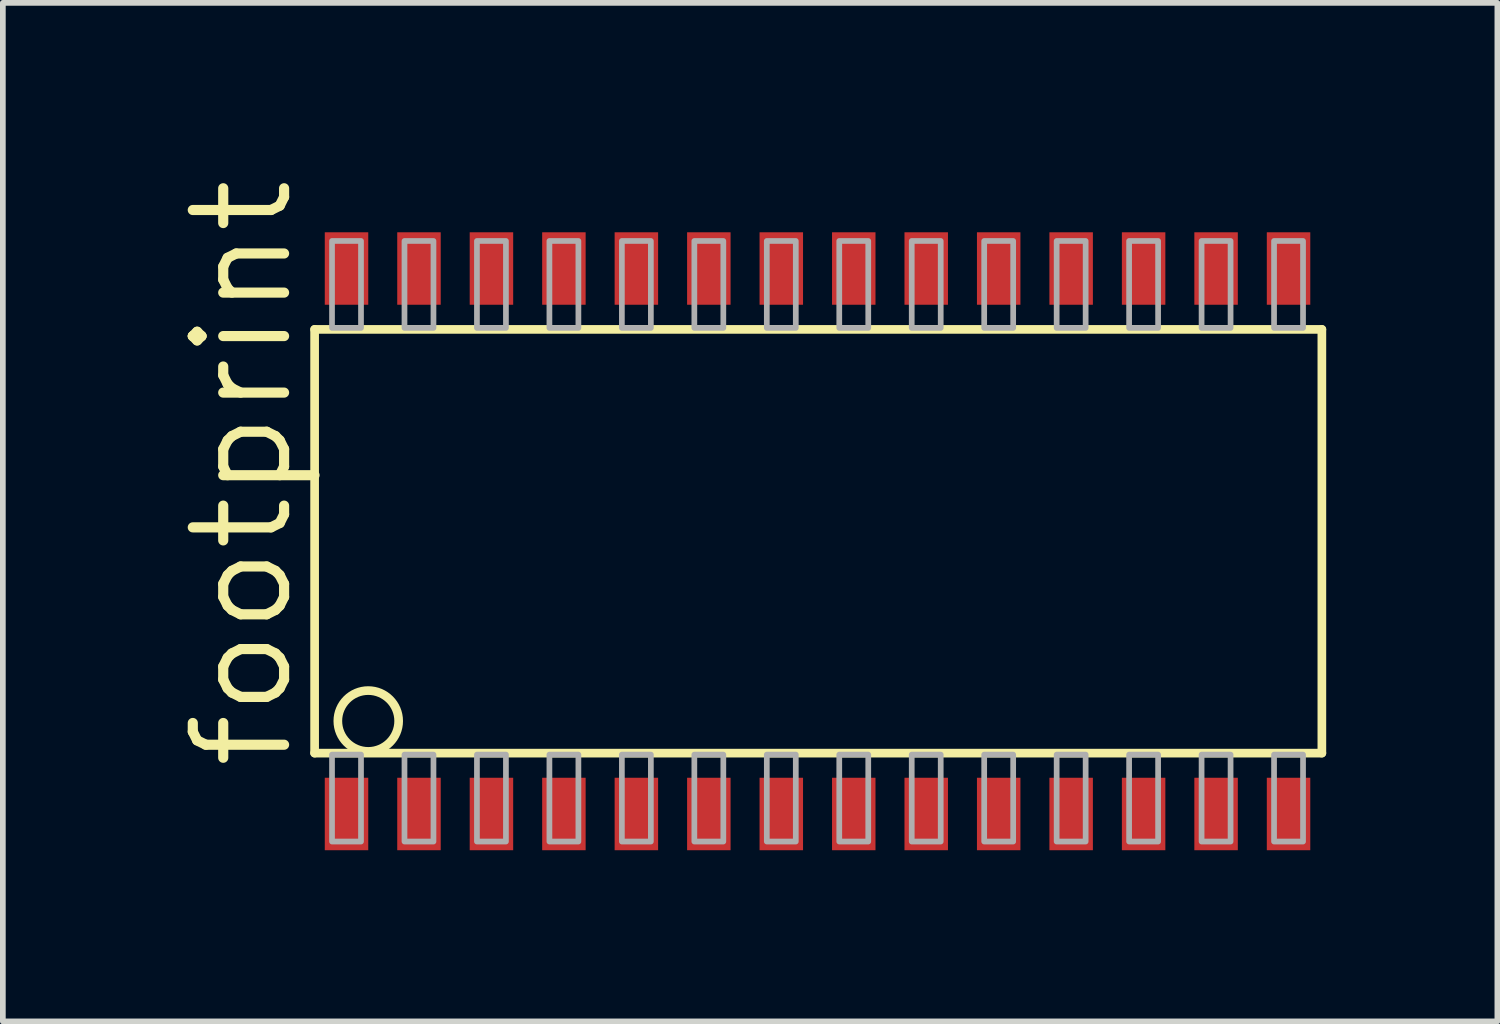
<source format=kicad_pcb>
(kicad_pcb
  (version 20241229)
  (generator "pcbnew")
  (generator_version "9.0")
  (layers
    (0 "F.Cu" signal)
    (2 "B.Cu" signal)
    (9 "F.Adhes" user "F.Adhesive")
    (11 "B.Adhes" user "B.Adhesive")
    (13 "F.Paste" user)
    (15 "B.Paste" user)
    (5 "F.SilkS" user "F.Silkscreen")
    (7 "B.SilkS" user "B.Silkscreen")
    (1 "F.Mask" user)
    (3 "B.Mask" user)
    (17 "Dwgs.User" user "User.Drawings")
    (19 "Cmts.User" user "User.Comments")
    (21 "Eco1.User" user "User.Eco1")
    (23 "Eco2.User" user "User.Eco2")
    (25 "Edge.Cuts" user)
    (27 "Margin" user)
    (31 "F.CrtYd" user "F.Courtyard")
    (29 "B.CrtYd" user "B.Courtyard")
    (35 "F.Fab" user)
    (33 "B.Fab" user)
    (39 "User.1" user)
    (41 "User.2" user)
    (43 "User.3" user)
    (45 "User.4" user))
  (footprint "footprint"
    (layer "F.Cu")
    (at 10.643 6.436)
    (property "Reference" "footprint" (at -8.509 4.064 90) (layer "F.SilkS") (effects (font (size 1.6 1.6) (thickness 0.178)) (justify left bottom)))
    (fp_line (start -8.179 -3.713) (end -8.179 3.713) (stroke (width 0.152) (type solid)) (layer "F.SilkS"))
    (fp_line (start -8.179 3.713) (end 9.474 3.713) (stroke (width 0.152) (type solid)) (layer "F.SilkS"))
    (fp_line (start 9.474 -3.713) (end -8.179 -3.713) (stroke (width 0.152) (type solid)) (layer "F.SilkS"))
    (fp_line (start 9.474 3.713) (end 9.474 -3.713) (stroke (width 0.152) (type solid)) (layer "F.SilkS"))
    (fp_circle (center -7.239 3.15) (end -6.706 3.15) (stroke (width 0.152) (type solid)) (fill no) (layer "F.SilkS"))
    (fp_poly (pts (xy -7.874 -3.739) (xy -7.366 -3.739) (xy -7.366 -5.263) (xy -7.874 -5.263)) (stroke (width 0.1) (type solid)) (fill no) (layer "F.Fab"))
    (fp_poly (pts (xy -7.874 5.263) (xy -7.366 5.263) (xy -7.366 3.739) (xy -7.874 3.739)) (stroke (width 0.1) (type solid)) (fill no) (layer "F.Fab"))
    (fp_poly (pts (xy -6.604 -3.739) (xy -6.096 -3.739) (xy -6.096 -5.263) (xy -6.604 -5.263)) (stroke (width 0.1) (type solid)) (fill no) (layer "F.Fab"))
    (fp_poly (pts (xy -6.604 5.263) (xy -6.096 5.263) (xy -6.096 3.739) (xy -6.604 3.739)) (stroke (width 0.1) (type solid)) (fill no) (layer "F.Fab"))
    (fp_poly (pts (xy -5.334 -3.739) (xy -4.826 -3.739) (xy -4.826 -5.263) (xy -5.334 -5.263)) (stroke (width 0.1) (type solid)) (fill no) (layer "F.Fab"))
    (fp_poly (pts (xy -5.334 5.263) (xy -4.826 5.263) (xy -4.826 3.739) (xy -5.334 3.739)) (stroke (width 0.1) (type solid)) (fill no) (layer "F.Fab"))
    (fp_poly (pts (xy -4.064 -3.739) (xy -3.556 -3.739) (xy -3.556 -5.263) (xy -4.064 -5.263)) (stroke (width 0.1) (type solid)) (fill no) (layer "F.Fab"))
    (fp_poly (pts (xy -4.064 5.263) (xy -3.556 5.263) (xy -3.556 3.739) (xy -4.064 3.739)) (stroke (width 0.1) (type solid)) (fill no) (layer "F.Fab"))
    (fp_poly (pts (xy -2.794 -3.739) (xy -2.286 -3.739) (xy -2.286 -5.263) (xy -2.794 -5.263)) (stroke (width 0.1) (type solid)) (fill no) (layer "F.Fab"))
    (fp_poly (pts (xy -2.794 5.263) (xy -2.286 5.263) (xy -2.286 3.739) (xy -2.794 3.739)) (stroke (width 0.1) (type solid)) (fill no) (layer "F.Fab"))
    (fp_poly (pts (xy -1.524 -3.739) (xy -1.016 -3.739) (xy -1.016 -5.263) (xy -1.524 -5.263)) (stroke (width 0.1) (type solid)) (fill no) (layer "F.Fab"))
    (fp_poly (pts (xy -1.524 5.263) (xy -1.016 5.263) (xy -1.016 3.739) (xy -1.524 3.739)) (stroke (width 0.1) (type solid)) (fill no) (layer "F.Fab"))
    (fp_poly (pts (xy -0.254 -3.739) (xy 0.254 -3.739) (xy 0.254 -5.263) (xy -0.254 -5.263)) (stroke (width 0.1) (type solid)) (fill no) (layer "F.Fab"))
    (fp_poly (pts (xy -0.254 5.263) (xy 0.254 5.263) (xy 0.254 3.739) (xy -0.254 3.739)) (stroke (width 0.1) (type solid)) (fill no) (layer "F.Fab"))
    (fp_poly (pts (xy 1.016 -3.739) (xy 1.524 -3.739) (xy 1.524 -5.263) (xy 1.016 -5.263)) (stroke (width 0.1) (type solid)) (fill no) (layer "F.Fab"))
    (fp_poly (pts (xy 1.016 5.263) (xy 1.524 5.263) (xy 1.524 3.739) (xy 1.016 3.739)) (stroke (width 0.1) (type solid)) (fill no) (layer "F.Fab"))
    (fp_poly (pts (xy 2.286 -3.739) (xy 2.794 -3.739) (xy 2.794 -5.263) (xy 2.286 -5.263)) (stroke (width 0.1) (type solid)) (fill no) (layer "F.Fab"))
    (fp_poly (pts (xy 2.286 5.263) (xy 2.794 5.263) (xy 2.794 3.739) (xy 2.286 3.739)) (stroke (width 0.1) (type solid)) (fill no) (layer "F.Fab"))
    (fp_poly (pts (xy 3.556 -3.739) (xy 4.064 -3.739) (xy 4.064 -5.263) (xy 3.556 -5.263)) (stroke (width 0.1) (type solid)) (fill no) (layer "F.Fab"))
    (fp_poly (pts (xy 3.556 5.263) (xy 4.064 5.263) (xy 4.064 3.739) (xy 3.556 3.739)) (stroke (width 0.1) (type solid)) (fill no) (layer "F.Fab"))
    (fp_poly (pts (xy 4.826 -3.739) (xy 5.334 -3.739) (xy 5.334 -5.263) (xy 4.826 -5.263)) (stroke (width 0.1) (type solid)) (fill no) (layer "F.Fab"))
    (fp_poly (pts (xy 4.826 5.263) (xy 5.334 5.263) (xy 5.334 3.739) (xy 4.826 3.739)) (stroke (width 0.1) (type solid)) (fill no) (layer "F.Fab"))
    (fp_poly (pts (xy 6.096 -3.739) (xy 6.604 -3.739) (xy 6.604 -5.263) (xy 6.096 -5.263)) (stroke (width 0.1) (type solid)) (fill no) (layer "F.Fab"))
    (fp_poly (pts (xy 6.096 5.263) (xy 6.604 5.263) (xy 6.604 3.739) (xy 6.096 3.739)) (stroke (width 0.1) (type solid)) (fill no) (layer "F.Fab"))
    (fp_poly (pts (xy 7.366 -3.739) (xy 7.874 -3.739) (xy 7.874 -5.263) (xy 7.366 -5.263)) (stroke (width 0.1) (type solid)) (fill no) (layer "F.Fab"))
    (fp_poly (pts (xy 7.366 5.263) (xy 7.874 5.263) (xy 7.874 3.739) (xy 7.366 3.739)) (stroke (width 0.1) (type solid)) (fill no) (layer "F.Fab"))
    (fp_poly (pts (xy 8.636 -3.739) (xy 9.144 -3.739) (xy 9.144 -5.263) (xy 8.636 -5.263)) (stroke (width 0.1) (type solid)) (fill no) (layer "F.Fab"))
    (fp_poly (pts (xy 8.636 5.263) (xy 9.144 5.263) (xy 9.144 3.739) (xy 8.636 3.739)) (stroke (width 0.1) (type solid)) (fill no) (layer "F.Fab"))
    (pad "1" smd rect (at -7.62 4.78) (size 0.762 1.27) (layers "F.Cu" "F.Mask" "F.Paste"))
    (pad "2" smd rect (at -6.35 4.78) (size 0.762 1.27) (layers "F.Cu" "F.Mask" "F.Paste"))
    (pad "3" smd rect (at -5.08 4.78) (size 0.762 1.27) (layers "F.Cu" "F.Mask" "F.Paste"))
    (pad "4" smd rect (at -3.81 4.78) (size 0.762 1.27) (layers "F.Cu" "F.Mask" "F.Paste"))
    (pad "5" smd rect (at -2.54 4.78) (size 0.762 1.27) (layers "F.Cu" "F.Mask" "F.Paste"))
    (pad "6" smd rect (at -1.27 4.78) (size 0.762 1.27) (layers "F.Cu" "F.Mask" "F.Paste"))
    (pad "7" smd rect (at 0 4.78) (size 0.762 1.27) (layers "F.Cu" "F.Mask" "F.Paste"))
    (pad "8" smd rect (at 1.27 4.78) (size 0.762 1.27) (layers "F.Cu" "F.Mask" "F.Paste"))
    (pad "9" smd rect (at 2.54 4.78) (size 0.762 1.27) (layers "F.Cu" "F.Mask" "F.Paste"))
    (pad "10" smd rect (at 3.81 4.78) (size 0.762 1.27) (layers "F.Cu" "F.Mask" "F.Paste"))
    (pad "11" smd rect (at 5.08 4.78) (size 0.762 1.27) (layers "F.Cu" "F.Mask" "F.Paste"))
    (pad "12" smd rect (at 6.35 4.78) (size 0.762 1.27) (layers "F.Cu" "F.Mask" "F.Paste"))
    (pad "13" smd rect (at 7.62 4.78) (size 0.762 1.27) (layers "F.Cu" "F.Mask" "F.Paste"))
    (pad "14" smd rect (at 8.89 4.78) (size 0.762 1.27) (layers "F.Cu" "F.Mask" "F.Paste"))
    (pad "15" smd rect (at 8.89 -4.78) (size 0.762 1.27) (layers "F.Cu" "F.Mask" "F.Paste"))
    (pad "16" smd rect (at 7.62 -4.78) (size 0.762 1.27) (layers "F.Cu" "F.Mask" "F.Paste"))
    (pad "17" smd rect (at 6.35 -4.78) (size 0.762 1.27) (layers "F.Cu" "F.Mask" "F.Paste"))
    (pad "18" smd rect (at 5.08 -4.78) (size 0.762 1.27) (layers "F.Cu" "F.Mask" "F.Paste"))
    (pad "19" smd rect (at 3.81 -4.78) (size 0.762 1.27) (layers "F.Cu" "F.Mask" "F.Paste"))
    (pad "20" smd rect (at 2.54 -4.78) (size 0.762 1.27) (layers "F.Cu" "F.Mask" "F.Paste"))
    (pad "21" smd rect (at 1.27 -4.78) (size 0.762 1.27) (layers "F.Cu" "F.Mask" "F.Paste"))
    (pad "22" smd rect (at 0 -4.78) (size 0.762 1.27) (layers "F.Cu" "F.Mask" "F.Paste"))
    (pad "23" smd rect (at -1.27 -4.78) (size 0.762 1.27) (layers "F.Cu" "F.Mask" "F.Paste"))
    (pad "24" smd rect (at -2.54 -4.78) (size 0.762 1.27) (layers "F.Cu" "F.Mask" "F.Paste"))
    (pad "25" smd rect (at -3.81 -4.78) (size 0.762 1.27) (layers "F.Cu" "F.Mask" "F.Paste"))
    (pad "26" smd rect (at -5.08 -4.78) (size 0.762 1.27) (layers "F.Cu" "F.Mask" "F.Paste"))
    (pad "27" smd rect (at -6.35 -4.78) (size 0.762 1.27) (layers "F.Cu" "F.Mask" "F.Paste"))
    (pad "28" smd rect (at -7.62 -4.78) (size 0.762 1.27) (layers "F.Cu" "F.Mask" "F.Paste")))
  (gr_rect
    (start -3 -3)
    (end 23.193 14.851)
    (stroke (width 0.1) (type default))
    (fill no)
    (layer "Edge.Cuts")))
</source>
